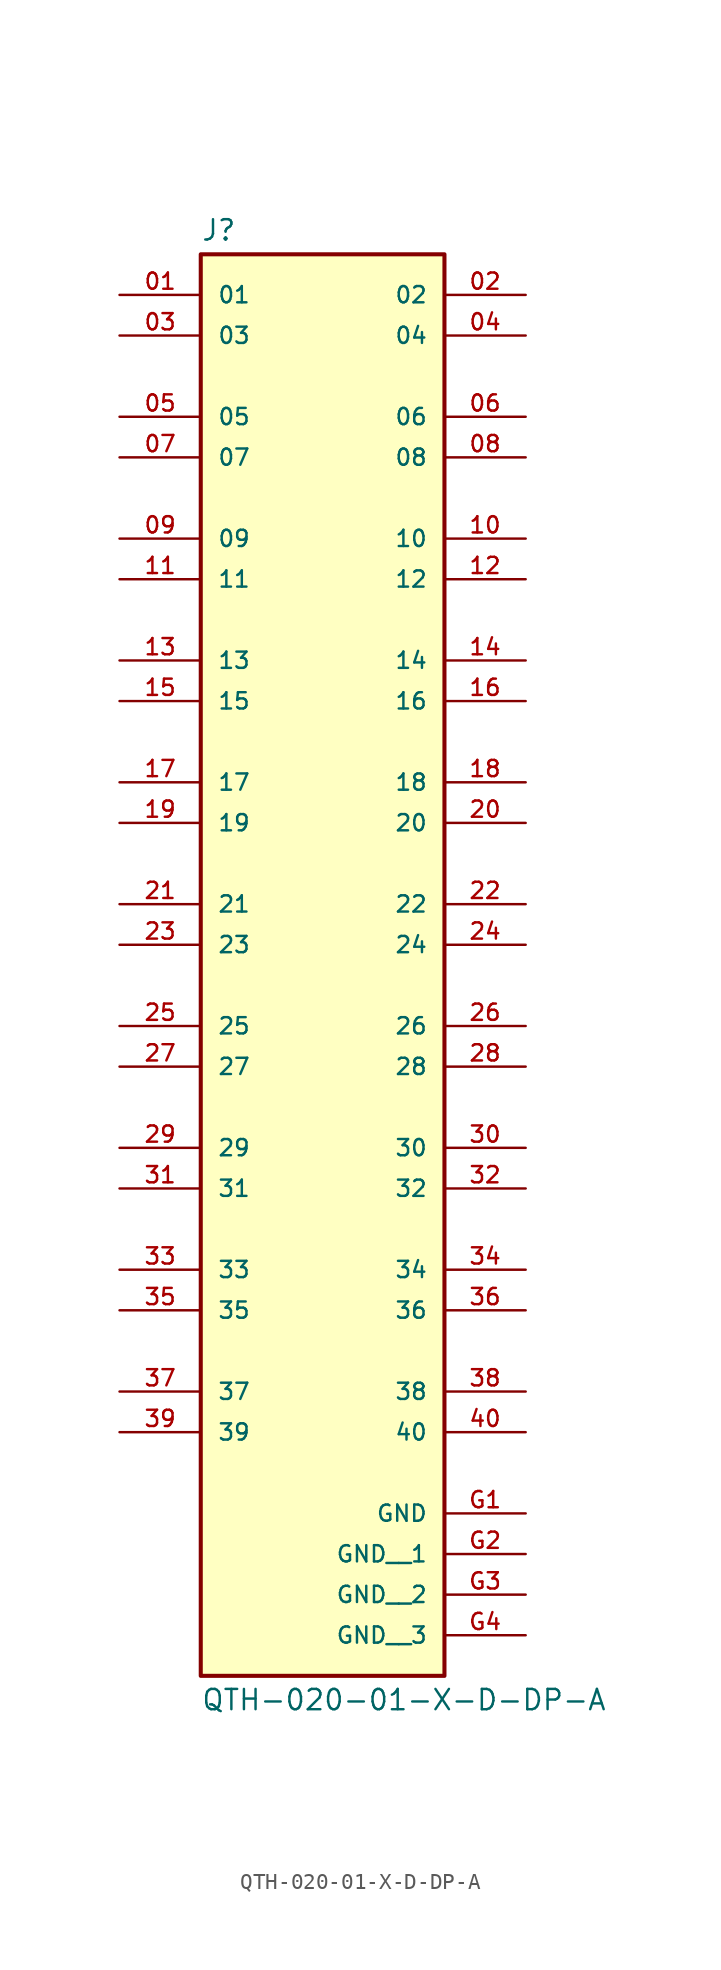
<source format=kicad_sym>
(kicad_symbol_lib
  (version 20211014)
  (generator kicad_symbol_editor)
  (symbol "QTH-020-01-X-D-DP-A"
    (pin_names
      (offset 1.016))
    (property "Reference" "J"
      (at -7.62 41.402 0)
      (effects (font (size 1.27 1.27)) (justify bottom left)))
    (property "Value" "QTH-020-01-X-D-DP-A"
      (at -7.62 -49.022 0)
      (effects (font (size 1.27 1.27)) (justify top left)))
    (symbol "QTH-020-01-X-D-DP-A_0_0"
      (rectangle (start -7.62 -48.26) (end 7.62 40.64) (stroke (width 0.254)) (fill (type background)))
      (pin passive line (at -12.7 38.1 0) (length 5.08) (name "01" (effects (font (size 1.016 1.016)))) (number "01" (effects (font (size 1.016 1.016)))))
      (pin passive line (at 12.7 38.1 180.0) (length 5.08) (name "02" (effects (font (size 1.016 1.016)))) (number "02" (effects (font (size 1.016 1.016)))))
      (pin passive line (at -12.7 35.56 0) (length 5.08) (name "03" (effects (font (size 1.016 1.016)))) (number "03" (effects (font (size 1.016 1.016)))))
      (pin passive line (at 12.7 35.56 180.0) (length 5.08) (name "04" (effects (font (size 1.016 1.016)))) (number "04" (effects (font (size 1.016 1.016)))))
      (pin passive line (at -12.7 30.48 0) (length 5.08) (name "05" (effects (font (size 1.016 1.016)))) (number "05" (effects (font (size 1.016 1.016)))))
      (pin passive line (at 12.7 30.48 180.0) (length 5.08) (name "06" (effects (font (size 1.016 1.016)))) (number "06" (effects (font (size 1.016 1.016)))))
      (pin passive line (at -12.7 27.94 0) (length 5.08) (name "07" (effects (font (size 1.016 1.016)))) (number "07" (effects (font (size 1.016 1.016)))))
      (pin passive line (at 12.7 27.94 180.0) (length 5.08) (name "08" (effects (font (size 1.016 1.016)))) (number "08" (effects (font (size 1.016 1.016)))))
      (pin passive line (at -12.7 22.86 0) (length 5.08) (name "09" (effects (font (size 1.016 1.016)))) (number "09" (effects (font (size 1.016 1.016)))))
      (pin passive line (at 12.7 22.86 180.0) (length 5.08) (name "10" (effects (font (size 1.016 1.016)))) (number "10" (effects (font (size 1.016 1.016)))))
      (pin passive line (at -12.7 20.32 0) (length 5.08) (name "11" (effects (font (size 1.016 1.016)))) (number "11" (effects (font (size 1.016 1.016)))))
      (pin passive line (at 12.7 20.32 180.0) (length 5.08) (name "12" (effects (font (size 1.016 1.016)))) (number "12" (effects (font (size 1.016 1.016)))))
      (pin passive line (at -12.7 15.24 0) (length 5.08) (name "13" (effects (font (size 1.016 1.016)))) (number "13" (effects (font (size 1.016 1.016)))))
      (pin passive line (at 12.7 15.24 180.0) (length 5.08) (name "14" (effects (font (size 1.016 1.016)))) (number "14" (effects (font (size 1.016 1.016)))))
      (pin passive line (at -12.7 12.7 0) (length 5.08) (name "15" (effects (font (size 1.016 1.016)))) (number "15" (effects (font (size 1.016 1.016)))))
      (pin passive line (at 12.7 12.7 180.0) (length 5.08) (name "16" (effects (font (size 1.016 1.016)))) (number "16" (effects (font (size 1.016 1.016)))))
      (pin passive line (at -12.7 7.62 0) (length 5.08) (name "17" (effects (font (size 1.016 1.016)))) (number "17" (effects (font (size 1.016 1.016)))))
      (pin passive line (at 12.7 7.62 180.0) (length 5.08) (name "18" (effects (font (size 1.016 1.016)))) (number "18" (effects (font (size 1.016 1.016)))))
      (pin passive line (at -12.7 5.08 0) (length 5.08) (name "19" (effects (font (size 1.016 1.016)))) (number "19" (effects (font (size 1.016 1.016)))))
      (pin passive line (at 12.7 5.08 180.0) (length 5.08) (name "20" (effects (font (size 1.016 1.016)))) (number "20" (effects (font (size 1.016 1.016)))))
      (pin passive line (at -12.7 0.0 0) (length 5.08) (name "21" (effects (font (size 1.016 1.016)))) (number "21" (effects (font (size 1.016 1.016)))))
      (pin passive line (at 12.7 0.0 180.0) (length 5.08) (name "22" (effects (font (size 1.016 1.016)))) (number "22" (effects (font (size 1.016 1.016)))))
      (pin passive line (at -12.7 -2.54 0) (length 5.08) (name "23" (effects (font (size 1.016 1.016)))) (number "23" (effects (font (size 1.016 1.016)))))
      (pin passive line (at 12.7 -2.54 180.0) (length 5.08) (name "24" (effects (font (size 1.016 1.016)))) (number "24" (effects (font (size 1.016 1.016)))))
      (pin passive line (at -12.7 -7.62 0) (length 5.08) (name "25" (effects (font (size 1.016 1.016)))) (number "25" (effects (font (size 1.016 1.016)))))
      (pin passive line (at 12.7 -7.62 180.0) (length 5.08) (name "26" (effects (font (size 1.016 1.016)))) (number "26" (effects (font (size 1.016 1.016)))))
      (pin passive line (at -12.7 -10.16 0) (length 5.08) (name "27" (effects (font (size 1.016 1.016)))) (number "27" (effects (font (size 1.016 1.016)))))
      (pin passive line (at 12.7 -10.16 180.0) (length 5.08) (name "28" (effects (font (size 1.016 1.016)))) (number "28" (effects (font (size 1.016 1.016)))))
      (pin passive line (at -12.7 -15.24 0) (length 5.08) (name "29" (effects (font (size 1.016 1.016)))) (number "29" (effects (font (size 1.016 1.016)))))
      (pin passive line (at 12.7 -15.24 180.0) (length 5.08) (name "30" (effects (font (size 1.016 1.016)))) (number "30" (effects (font (size 1.016 1.016)))))
      (pin passive line (at -12.7 -17.78 0) (length 5.08) (name "31" (effects (font (size 1.016 1.016)))) (number "31" (effects (font (size 1.016 1.016)))))
      (pin passive line (at 12.7 -17.78 180.0) (length 5.08) (name "32" (effects (font (size 1.016 1.016)))) (number "32" (effects (font (size 1.016 1.016)))))
      (pin passive line (at -12.7 -22.86 0) (length 5.08) (name "33" (effects (font (size 1.016 1.016)))) (number "33" (effects (font (size 1.016 1.016)))))
      (pin passive line (at 12.7 -22.86 180.0) (length 5.08) (name "34" (effects (font (size 1.016 1.016)))) (number "34" (effects (font (size 1.016 1.016)))))
      (pin passive line (at -12.7 -25.4 0) (length 5.08) (name "35" (effects (font (size 1.016 1.016)))) (number "35" (effects (font (size 1.016 1.016)))))
      (pin passive line (at 12.7 -25.4 180.0) (length 5.08) (name "36" (effects (font (size 1.016 1.016)))) (number "36" (effects (font (size 1.016 1.016)))))
      (pin passive line (at -12.7 -30.48 0) (length 5.08) (name "37" (effects (font (size 1.016 1.016)))) (number "37" (effects (font (size 1.016 1.016)))))
      (pin passive line (at 12.7 -30.48 180.0) (length 5.08) (name "38" (effects (font (size 1.016 1.016)))) (number "38" (effects (font (size 1.016 1.016)))))
      (pin passive line (at -12.7 -33.02 0) (length 5.08) (name "39" (effects (font (size 1.016 1.016)))) (number "39" (effects (font (size 1.016 1.016)))))
      (pin passive line (at 12.7 -33.02 180.0) (length 5.08) (name "40" (effects (font (size 1.016 1.016)))) (number "40" (effects (font (size 1.016 1.016)))))
      (pin power_in line (at 12.7 -38.1 180.0) (length 5.08) (name "GND" (effects (font (size 1.016 1.016)))) (number "G1" (effects (font (size 1.016 1.016)))))
      (pin power_in line (at 12.7 -40.64 180.0) (length 5.08) (name "GND__1" (effects (font (size 1.016 1.016)))) (number "G2" (effects (font (size 1.016 1.016)))))
      (pin power_in line (at 12.7 -43.18 180.0) (length 5.08) (name "GND__2" (effects (font (size 1.016 1.016)))) (number "G3" (effects (font (size 1.016 1.016)))))
      (pin power_in line (at 12.7 -45.72 180.0) (length 5.08) (name "GND__3" (effects (font (size 1.016 1.016)))) (number "G4" (effects (font (size 1.016 1.016))))))))
</source>
